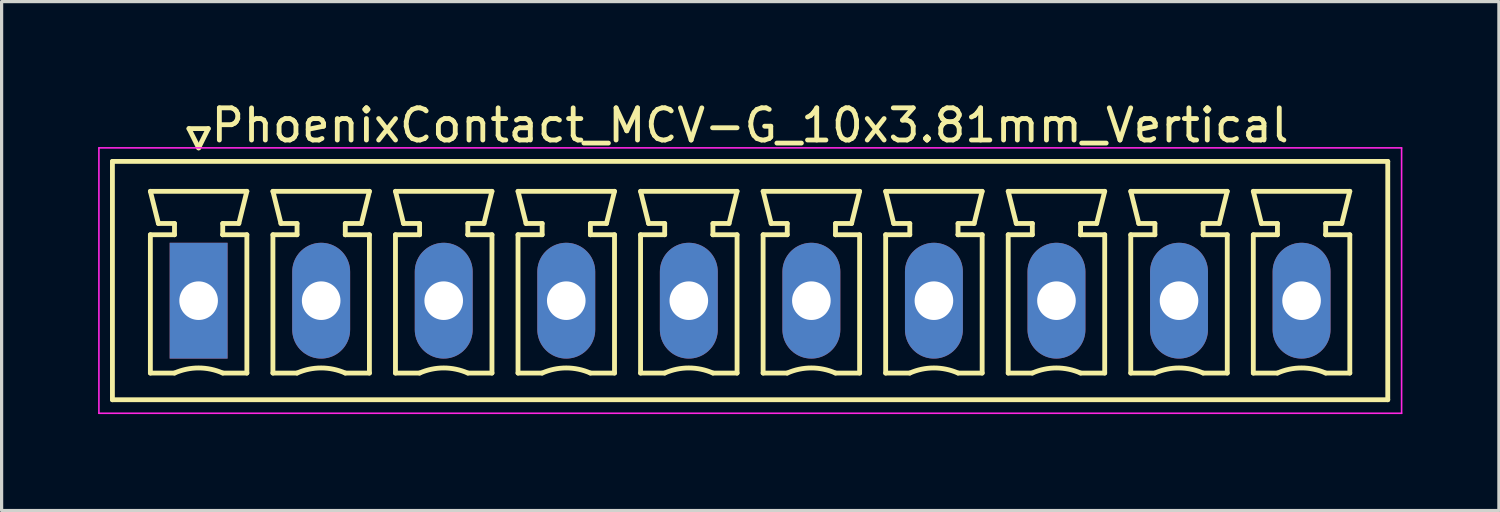
<source format=kicad_pcb>
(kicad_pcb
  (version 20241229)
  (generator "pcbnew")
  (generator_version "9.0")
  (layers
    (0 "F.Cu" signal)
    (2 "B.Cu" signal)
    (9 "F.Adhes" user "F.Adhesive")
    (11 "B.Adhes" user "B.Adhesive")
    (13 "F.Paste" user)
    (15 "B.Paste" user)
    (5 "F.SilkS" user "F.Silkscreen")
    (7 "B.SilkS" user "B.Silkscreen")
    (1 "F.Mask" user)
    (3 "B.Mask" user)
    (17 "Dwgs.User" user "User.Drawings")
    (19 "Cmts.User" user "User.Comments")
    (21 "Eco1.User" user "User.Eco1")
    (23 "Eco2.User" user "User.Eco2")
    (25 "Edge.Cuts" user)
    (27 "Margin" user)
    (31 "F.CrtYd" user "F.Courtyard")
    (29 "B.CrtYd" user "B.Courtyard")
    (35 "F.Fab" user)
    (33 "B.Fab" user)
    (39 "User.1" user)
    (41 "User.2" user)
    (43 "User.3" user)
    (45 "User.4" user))
  (footprint "PhoenixContact_MCV-G_10x3.81mm_Vertical"
    (layer "F.Cu")
    (at 3.125 6.298)
    (property "Reference" "PhoenixContact_MCV-G_10x3.81mm_Vertical" (at 17.145 -5.45 0) (layer "F.SilkS") (effects (font (size 1 1) (thickness 0.15))))
    (attr through_hole)
    (fp_line (start -2.68 -4.33) (end -2.68 3.08) (stroke (width 0.15) (type solid)) (layer "F.SilkS"))
    (fp_line (start -2.68 3.08) (end 36.97 3.08) (stroke (width 0.15) (type solid)) (layer "F.SilkS"))
    (fp_line (start -1.5 -3.4) (end 1.5 -3.4) (stroke (width 0.15) (type solid)) (layer "F.SilkS"))
    (fp_line (start -1.5 -2.05) (end -0.75 -2.05) (stroke (width 0.15) (type solid)) (layer "F.SilkS"))
    (fp_line (start -1.5 2.25) (end -1.5 -2.05) (stroke (width 0.15) (type solid)) (layer "F.SilkS"))
    (fp_line (start -1.25 -2.4) (end -1.5 -3.4) (stroke (width 0.15) (type solid)) (layer "F.SilkS"))
    (fp_line (start -0.75 -2.4) (end -1.25 -2.4) (stroke (width 0.15) (type solid)) (layer "F.SilkS"))
    (fp_line (start -0.75 -2.05) (end -0.75 -2.4) (stroke (width 0.15) (type solid)) (layer "F.SilkS"))
    (fp_line (start -0.75 2.25) (end -1.5 2.25) (stroke (width 0.15) (type solid)) (layer "F.SilkS"))
    (fp_line (start -0.3 -5.35) (end 0 -4.75) (stroke (width 0.15) (type solid)) (layer "F.SilkS"))
    (fp_line (start 0 -4.75) (end 0.3 -5.35) (stroke (width 0.15) (type solid)) (layer "F.SilkS"))
    (fp_line (start 0.3 -5.35) (end -0.3 -5.35) (stroke (width 0.15) (type solid)) (layer "F.SilkS"))
    (fp_line (start 0.75 -2.4) (end 0.75 -2.05) (stroke (width 0.15) (type solid)) (layer "F.SilkS"))
    (fp_line (start 0.75 -2.05) (end 0.75 -2.05) (stroke (width 0.15) (type solid)) (layer "F.SilkS"))
    (fp_line (start 0.75 -2.05) (end 1.5 -2.05) (stroke (width 0.15) (type solid)) (layer "F.SilkS"))
    (fp_line (start 1.25 -2.4) (end 0.75 -2.4) (stroke (width 0.15) (type solid)) (layer "F.SilkS"))
    (fp_line (start 1.5 -3.4) (end 1.25 -2.4) (stroke (width 0.15) (type solid)) (layer "F.SilkS"))
    (fp_line (start 1.5 -2.05) (end 1.5 2.25) (stroke (width 0.15) (type solid)) (layer "F.SilkS"))
    (fp_line (start 1.5 2.25) (end 0.75 2.25) (stroke (width 0.15) (type solid)) (layer "F.SilkS"))
    (fp_line (start 2.31 -3.4) (end 5.31 -3.4) (stroke (width 0.15) (type solid)) (layer "F.SilkS"))
    (fp_line (start 2.31 -2.05) (end 3.06 -2.05) (stroke (width 0.15) (type solid)) (layer "F.SilkS"))
    (fp_line (start 2.31 2.25) (end 2.31 -2.05) (stroke (width 0.15) (type solid)) (layer "F.SilkS"))
    (fp_line (start 2.56 -2.4) (end 2.31 -3.4) (stroke (width 0.15) (type solid)) (layer "F.SilkS"))
    (fp_line (start 3.06 -2.4) (end 2.56 -2.4) (stroke (width 0.15) (type solid)) (layer "F.SilkS"))
    (fp_line (start 3.06 -2.05) (end 3.06 -2.4) (stroke (width 0.15) (type solid)) (layer "F.SilkS"))
    (fp_line (start 3.06 2.25) (end 2.31 2.25) (stroke (width 0.15) (type solid)) (layer "F.SilkS"))
    (fp_line (start 4.56 -2.4) (end 4.56 -2.05) (stroke (width 0.15) (type solid)) (layer "F.SilkS"))
    (fp_line (start 4.56 -2.05) (end 4.56 -2.05) (stroke (width 0.15) (type solid)) (layer "F.SilkS"))
    (fp_line (start 4.56 -2.05) (end 5.31 -2.05) (stroke (width 0.15) (type solid)) (layer "F.SilkS"))
    (fp_line (start 5.06 -2.4) (end 4.56 -2.4) (stroke (width 0.15) (type solid)) (layer "F.SilkS"))
    (fp_line (start 5.31 -3.4) (end 5.06 -2.4) (stroke (width 0.15) (type solid)) (layer "F.SilkS"))
    (fp_line (start 5.31 -2.05) (end 5.31 2.25) (stroke (width 0.15) (type solid)) (layer "F.SilkS"))
    (fp_line (start 5.31 2.25) (end 4.56 2.25) (stroke (width 0.15) (type solid)) (layer "F.SilkS"))
    (fp_line (start 6.12 -3.4) (end 9.12 -3.4) (stroke (width 0.15) (type solid)) (layer "F.SilkS"))
    (fp_line (start 6.12 -2.05) (end 6.87 -2.05) (stroke (width 0.15) (type solid)) (layer "F.SilkS"))
    (fp_line (start 6.12 2.25) (end 6.12 -2.05) (stroke (width 0.15) (type solid)) (layer "F.SilkS"))
    (fp_line (start 6.37 -2.4) (end 6.12 -3.4) (stroke (width 0.15) (type solid)) (layer "F.SilkS"))
    (fp_line (start 6.87 -2.4) (end 6.37 -2.4) (stroke (width 0.15) (type solid)) (layer "F.SilkS"))
    (fp_line (start 6.87 -2.05) (end 6.87 -2.4) (stroke (width 0.15) (type solid)) (layer "F.SilkS"))
    (fp_line (start 6.87 2.25) (end 6.12 2.25) (stroke (width 0.15) (type solid)) (layer "F.SilkS"))
    (fp_line (start 8.37 -2.4) (end 8.37 -2.05) (stroke (width 0.15) (type solid)) (layer "F.SilkS"))
    (fp_line (start 8.37 -2.05) (end 8.37 -2.05) (stroke (width 0.15) (type solid)) (layer "F.SilkS"))
    (fp_line (start 8.37 -2.05) (end 9.12 -2.05) (stroke (width 0.15) (type solid)) (layer "F.SilkS"))
    (fp_line (start 8.87 -2.4) (end 8.37 -2.4) (stroke (width 0.15) (type solid)) (layer "F.SilkS"))
    (fp_line (start 9.12 -3.4) (end 8.87 -2.4) (stroke (width 0.15) (type solid)) (layer "F.SilkS"))
    (fp_line (start 9.12 -2.05) (end 9.12 2.25) (stroke (width 0.15) (type solid)) (layer "F.SilkS"))
    (fp_line (start 9.12 2.25) (end 8.37 2.25) (stroke (width 0.15) (type solid)) (layer "F.SilkS"))
    (fp_line (start 9.93 -3.4) (end 12.93 -3.4) (stroke (width 0.15) (type solid)) (layer "F.SilkS"))
    (fp_line (start 9.93 -2.05) (end 10.68 -2.05) (stroke (width 0.15) (type solid)) (layer "F.SilkS"))
    (fp_line (start 9.93 2.25) (end 9.93 -2.05) (stroke (width 0.15) (type solid)) (layer "F.SilkS"))
    (fp_line (start 10.18 -2.4) (end 9.93 -3.4) (stroke (width 0.15) (type solid)) (layer "F.SilkS"))
    (fp_line (start 10.68 -2.4) (end 10.18 -2.4) (stroke (width 0.15) (type solid)) (layer "F.SilkS"))
    (fp_line (start 10.68 -2.05) (end 10.68 -2.4) (stroke (width 0.15) (type solid)) (layer "F.SilkS"))
    (fp_line (start 10.68 2.25) (end 9.93 2.25) (stroke (width 0.15) (type solid)) (layer "F.SilkS"))
    (fp_line (start 12.18 -2.4) (end 12.18 -2.05) (stroke (width 0.15) (type solid)) (layer "F.SilkS"))
    (fp_line (start 12.18 -2.05) (end 12.18 -2.05) (stroke (width 0.15) (type solid)) (layer "F.SilkS"))
    (fp_line (start 12.18 -2.05) (end 12.93 -2.05) (stroke (width 0.15) (type solid)) (layer "F.SilkS"))
    (fp_line (start 12.68 -2.4) (end 12.18 -2.4) (stroke (width 0.15) (type solid)) (layer "F.SilkS"))
    (fp_line (start 12.93 -3.4) (end 12.68 -2.4) (stroke (width 0.15) (type solid)) (layer "F.SilkS"))
    (fp_line (start 12.93 -2.05) (end 12.93 2.25) (stroke (width 0.15) (type solid)) (layer "F.SilkS"))
    (fp_line (start 12.93 2.25) (end 12.18 2.25) (stroke (width 0.15) (type solid)) (layer "F.SilkS"))
    (fp_line (start 13.74 -3.4) (end 16.74 -3.4) (stroke (width 0.15) (type solid)) (layer "F.SilkS"))
    (fp_line (start 13.74 -2.05) (end 14.49 -2.05) (stroke (width 0.15) (type solid)) (layer "F.SilkS"))
    (fp_line (start 13.74 2.25) (end 13.74 -2.05) (stroke (width 0.15) (type solid)) (layer "F.SilkS"))
    (fp_line (start 13.99 -2.4) (end 13.74 -3.4) (stroke (width 0.15) (type solid)) (layer "F.SilkS"))
    (fp_line (start 14.49 -2.4) (end 13.99 -2.4) (stroke (width 0.15) (type solid)) (layer "F.SilkS"))
    (fp_line (start 14.49 -2.05) (end 14.49 -2.4) (stroke (width 0.15) (type solid)) (layer "F.SilkS"))
    (fp_line (start 14.49 2.25) (end 13.74 2.25) (stroke (width 0.15) (type solid)) (layer "F.SilkS"))
    (fp_line (start 15.99 -2.4) (end 15.99 -2.05) (stroke (width 0.15) (type solid)) (layer "F.SilkS"))
    (fp_line (start 15.99 -2.05) (end 15.99 -2.05) (stroke (width 0.15) (type solid)) (layer "F.SilkS"))
    (fp_line (start 15.99 -2.05) (end 16.74 -2.05) (stroke (width 0.15) (type solid)) (layer "F.SilkS"))
    (fp_line (start 16.49 -2.4) (end 15.99 -2.4) (stroke (width 0.15) (type solid)) (layer "F.SilkS"))
    (fp_line (start 16.74 -3.4) (end 16.49 -2.4) (stroke (width 0.15) (type solid)) (layer "F.SilkS"))
    (fp_line (start 16.74 -2.05) (end 16.74 2.25) (stroke (width 0.15) (type solid)) (layer "F.SilkS"))
    (fp_line (start 16.74 2.25) (end 15.99 2.25) (stroke (width 0.15) (type solid)) (layer "F.SilkS"))
    (fp_line (start 17.55 -3.4) (end 20.55 -3.4) (stroke (width 0.15) (type solid)) (layer "F.SilkS"))
    (fp_line (start 17.55 -2.05) (end 18.3 -2.05) (stroke (width 0.15) (type solid)) (layer "F.SilkS"))
    (fp_line (start 17.55 2.25) (end 17.55 -2.05) (stroke (width 0.15) (type solid)) (layer "F.SilkS"))
    (fp_line (start 17.8 -2.4) (end 17.55 -3.4) (stroke (width 0.15) (type solid)) (layer "F.SilkS"))
    (fp_line (start 18.3 -2.4) (end 17.8 -2.4) (stroke (width 0.15) (type solid)) (layer "F.SilkS"))
    (fp_line (start 18.3 -2.05) (end 18.3 -2.4) (stroke (width 0.15) (type solid)) (layer "F.SilkS"))
    (fp_line (start 18.3 2.25) (end 17.55 2.25) (stroke (width 0.15) (type solid)) (layer "F.SilkS"))
    (fp_line (start 19.8 -2.4) (end 19.8 -2.05) (stroke (width 0.15) (type solid)) (layer "F.SilkS"))
    (fp_line (start 19.8 -2.05) (end 19.8 -2.05) (stroke (width 0.15) (type solid)) (layer "F.SilkS"))
    (fp_line (start 19.8 -2.05) (end 20.55 -2.05) (stroke (width 0.15) (type solid)) (layer "F.SilkS"))
    (fp_line (start 20.3 -2.4) (end 19.8 -2.4) (stroke (width 0.15) (type solid)) (layer "F.SilkS"))
    (fp_line (start 20.55 -3.4) (end 20.3 -2.4) (stroke (width 0.15) (type solid)) (layer "F.SilkS"))
    (fp_line (start 20.55 -2.05) (end 20.55 2.25) (stroke (width 0.15) (type solid)) (layer "F.SilkS"))
    (fp_line (start 20.55 2.25) (end 19.8 2.25) (stroke (width 0.15) (type solid)) (layer "F.SilkS"))
    (fp_line (start 21.36 -3.4) (end 24.36 -3.4) (stroke (width 0.15) (type solid)) (layer "F.SilkS"))
    (fp_line (start 21.36 -2.05) (end 22.11 -2.05) (stroke (width 0.15) (type solid)) (layer "F.SilkS"))
    (fp_line (start 21.36 2.25) (end 21.36 -2.05) (stroke (width 0.15) (type solid)) (layer "F.SilkS"))
    (fp_line (start 21.61 -2.4) (end 21.36 -3.4) (stroke (width 0.15) (type solid)) (layer "F.SilkS"))
    (fp_line (start 22.11 -2.4) (end 21.61 -2.4) (stroke (width 0.15) (type solid)) (layer "F.SilkS"))
    (fp_line (start 22.11 -2.05) (end 22.11 -2.4) (stroke (width 0.15) (type solid)) (layer "F.SilkS"))
    (fp_line (start 22.11 2.25) (end 21.36 2.25) (stroke (width 0.15) (type solid)) (layer "F.SilkS"))
    (fp_line (start 23.61 -2.4) (end 23.61 -2.05) (stroke (width 0.15) (type solid)) (layer "F.SilkS"))
    (fp_line (start 23.61 -2.05) (end 23.61 -2.05) (stroke (width 0.15) (type solid)) (layer "F.SilkS"))
    (fp_line (start 23.61 -2.05) (end 24.36 -2.05) (stroke (width 0.15) (type solid)) (layer "F.SilkS"))
    (fp_line (start 24.11 -2.4) (end 23.61 -2.4) (stroke (width 0.15) (type solid)) (layer "F.SilkS"))
    (fp_line (start 24.36 -3.4) (end 24.11 -2.4) (stroke (width 0.15) (type solid)) (layer "F.SilkS"))
    (fp_line (start 24.36 -2.05) (end 24.36 2.25) (stroke (width 0.15) (type solid)) (layer "F.SilkS"))
    (fp_line (start 24.36 2.25) (end 23.61 2.25) (stroke (width 0.15) (type solid)) (layer "F.SilkS"))
    (fp_line (start 25.17 -3.4) (end 28.17 -3.4) (stroke (width 0.15) (type solid)) (layer "F.SilkS"))
    (fp_line (start 25.17 -2.05) (end 25.92 -2.05) (stroke (width 0.15) (type solid)) (layer "F.SilkS"))
    (fp_line (start 25.17 2.25) (end 25.17 -2.05) (stroke (width 0.15) (type solid)) (layer "F.SilkS"))
    (fp_line (start 25.42 -2.4) (end 25.17 -3.4) (stroke (width 0.15) (type solid)) (layer "F.SilkS"))
    (fp_line (start 25.92 -2.4) (end 25.42 -2.4) (stroke (width 0.15) (type solid)) (layer "F.SilkS"))
    (fp_line (start 25.92 -2.05) (end 25.92 -2.4) (stroke (width 0.15) (type solid)) (layer "F.SilkS"))
    (fp_line (start 25.92 2.25) (end 25.17 2.25) (stroke (width 0.15) (type solid)) (layer "F.SilkS"))
    (fp_line (start 27.42 -2.4) (end 27.42 -2.05) (stroke (width 0.15) (type solid)) (layer "F.SilkS"))
    (fp_line (start 27.42 -2.05) (end 27.42 -2.05) (stroke (width 0.15) (type solid)) (layer "F.SilkS"))
    (fp_line (start 27.42 -2.05) (end 28.17 -2.05) (stroke (width 0.15) (type solid)) (layer "F.SilkS"))
    (fp_line (start 27.92 -2.4) (end 27.42 -2.4) (stroke (width 0.15) (type solid)) (layer "F.SilkS"))
    (fp_line (start 28.17 -3.4) (end 27.92 -2.4) (stroke (width 0.15) (type solid)) (layer "F.SilkS"))
    (fp_line (start 28.17 -2.05) (end 28.17 2.25) (stroke (width 0.15) (type solid)) (layer "F.SilkS"))
    (fp_line (start 28.17 2.25) (end 27.42 2.25) (stroke (width 0.15) (type solid)) (layer "F.SilkS"))
    (fp_line (start 28.98 -3.4) (end 31.98 -3.4) (stroke (width 0.15) (type solid)) (layer "F.SilkS"))
    (fp_line (start 28.98 -2.05) (end 29.73 -2.05) (stroke (width 0.15) (type solid)) (layer "F.SilkS"))
    (fp_line (start 28.98 2.25) (end 28.98 -2.05) (stroke (width 0.15) (type solid)) (layer "F.SilkS"))
    (fp_line (start 29.23 -2.4) (end 28.98 -3.4) (stroke (width 0.15) (type solid)) (layer "F.SilkS"))
    (fp_line (start 29.73 -2.4) (end 29.23 -2.4) (stroke (width 0.15) (type solid)) (layer "F.SilkS"))
    (fp_line (start 29.73 -2.05) (end 29.73 -2.4) (stroke (width 0.15) (type solid)) (layer "F.SilkS"))
    (fp_line (start 29.73 2.25) (end 28.98 2.25) (stroke (width 0.15) (type solid)) (layer "F.SilkS"))
    (fp_line (start 31.23 -2.4) (end 31.23 -2.05) (stroke (width 0.15) (type solid)) (layer "F.SilkS"))
    (fp_line (start 31.23 -2.05) (end 31.23 -2.05) (stroke (width 0.15) (type solid)) (layer "F.SilkS"))
    (fp_line (start 31.23 -2.05) (end 31.98 -2.05) (stroke (width 0.15) (type solid)) (layer "F.SilkS"))
    (fp_line (start 31.73 -2.4) (end 31.23 -2.4) (stroke (width 0.15) (type solid)) (layer "F.SilkS"))
    (fp_line (start 31.98 -3.4) (end 31.73 -2.4) (stroke (width 0.15) (type solid)) (layer "F.SilkS"))
    (fp_line (start 31.98 -2.05) (end 31.98 2.25) (stroke (width 0.15) (type solid)) (layer "F.SilkS"))
    (fp_line (start 31.98 2.25) (end 31.23 2.25) (stroke (width 0.15) (type solid)) (layer "F.SilkS"))
    (fp_line (start 32.79 -3.4) (end 35.79 -3.4) (stroke (width 0.15) (type solid)) (layer "F.SilkS"))
    (fp_line (start 32.79 -2.05) (end 33.54 -2.05) (stroke (width 0.15) (type solid)) (layer "F.SilkS"))
    (fp_line (start 32.79 2.25) (end 32.79 -2.05) (stroke (width 0.15) (type solid)) (layer "F.SilkS"))
    (fp_line (start 33.04 -2.4) (end 32.79 -3.4) (stroke (width 0.15) (type solid)) (layer "F.SilkS"))
    (fp_line (start 33.54 -2.4) (end 33.04 -2.4) (stroke (width 0.15) (type solid)) (layer "F.SilkS"))
    (fp_line (start 33.54 -2.05) (end 33.54 -2.4) (stroke (width 0.15) (type solid)) (layer "F.SilkS"))
    (fp_line (start 33.54 2.25) (end 32.79 2.25) (stroke (width 0.15) (type solid)) (layer "F.SilkS"))
    (fp_line (start 35.04 -2.4) (end 35.04 -2.05) (stroke (width 0.15) (type solid)) (layer "F.SilkS"))
    (fp_line (start 35.04 -2.05) (end 35.04 -2.05) (stroke (width 0.15) (type solid)) (layer "F.SilkS"))
    (fp_line (start 35.04 -2.05) (end 35.79 -2.05) (stroke (width 0.15) (type solid)) (layer "F.SilkS"))
    (fp_line (start 35.54 -2.4) (end 35.04 -2.4) (stroke (width 0.15) (type solid)) (layer "F.SilkS"))
    (fp_line (start 35.79 -3.4) (end 35.54 -2.4) (stroke (width 0.15) (type solid)) (layer "F.SilkS"))
    (fp_line (start 35.79 -2.05) (end 35.79 2.25) (stroke (width 0.15) (type solid)) (layer "F.SilkS"))
    (fp_line (start 35.79 2.25) (end 35.04 2.25) (stroke (width 0.15) (type solid)) (layer "F.SilkS"))
    (fp_line (start 36.97 -4.33) (end -2.68 -4.33) (stroke (width 0.15) (type solid)) (layer "F.SilkS"))
    (fp_line (start 36.97 3.08) (end 36.97 -4.33) (stroke (width 0.15) (type solid)) (layer "F.SilkS"))
    (fp_arc (start -0.75 2.25) (mid -0.000193 2.09191) (end 0.749647 2.249844) (stroke (width 0.15) (type solid)) (layer "F.SilkS"))
    (fp_arc (start 3.06 2.25) (mid 3.809807 2.09191) (end 4.559647 2.249844) (stroke (width 0.15) (type solid)) (layer "F.SilkS"))
    (fp_arc (start 6.87 2.25) (mid 7.619807 2.09191) (end 8.369647 2.249844) (stroke (width 0.15) (type solid)) (layer "F.SilkS"))
    (fp_arc (start 10.68 2.25) (mid 11.429807 2.09191) (end 12.179647 2.249844) (stroke (width 0.15) (type solid)) (layer "F.SilkS"))
    (fp_arc (start 14.49 2.25) (mid 15.239807 2.09191) (end 15.989647 2.249844) (stroke (width 0.15) (type solid)) (layer "F.SilkS"))
    (fp_arc (start 18.3 2.25) (mid 19.049807 2.09191) (end 19.799647 2.249844) (stroke (width 0.15) (type solid)) (layer "F.SilkS"))
    (fp_arc (start 22.11 2.25) (mid 22.859807 2.09191) (end 23.609647 2.249844) (stroke (width 0.15) (type solid)) (layer "F.SilkS"))
    (fp_arc (start 25.92 2.25) (mid 26.669807 2.09191) (end 27.419647 2.249844) (stroke (width 0.15) (type solid)) (layer "F.SilkS"))
    (fp_arc (start 29.73 2.25) (mid 30.479807 2.09191) (end 31.229647 2.249844) (stroke (width 0.15) (type solid)) (layer "F.SilkS"))
    (fp_arc (start 33.54 2.25) (mid 34.289807 2.09191) (end 35.039647 2.249844) (stroke (width 0.15) (type solid)) (layer "F.SilkS"))
    (fp_line (start -3.1 -4.75) (end -3.1 3.5) (stroke (width 0.05) (type solid)) (layer "F.CrtYd"))
    (fp_line (start -3.1 3.5) (end 37.4 3.5) (stroke (width 0.05) (type solid)) (layer "F.CrtYd"))
    (fp_line (start 37.4 -4.75) (end -3.1 -4.75) (stroke (width 0.05) (type solid)) (layer "F.CrtYd"))
    (fp_line (start 37.4 3.5) (end 37.4 -4.75) (stroke (width 0.05) (type solid)) (layer "F.CrtYd"))
    (pad "1" thru_hole rect (at 0 0) (size 1.8 3.6) (drill 1.2) (layers "*.Cu" "*.Mask"))
    (pad "2" thru_hole oval (at 3.81 0) (size 1.8 3.6) (drill 1.2) (layers "*.Cu" "*.Mask"))
    (pad "3" thru_hole oval (at 7.62 0) (size 1.8 3.6) (drill 1.2) (layers "*.Cu" "*.Mask"))
    (pad "4" thru_hole oval (at 11.43 0) (size 1.8 3.6) (drill 1.2) (layers "*.Cu" "*.Mask"))
    (pad "5" thru_hole oval (at 15.24 0) (size 1.8 3.6) (drill 1.2) (layers "*.Cu" "*.Mask"))
    (pad "6" thru_hole oval (at 19.05 0) (size 1.8 3.6) (drill 1.2) (layers "*.Cu" "*.Mask"))
    (pad "7" thru_hole oval (at 22.86 0) (size 1.8 3.6) (drill 1.2) (layers "*.Cu" "*.Mask"))
    (pad "8" thru_hole oval (at 26.67 0) (size 1.8 3.6) (drill 1.2) (layers "*.Cu" "*.Mask"))
    (pad "9" thru_hole oval (at 30.48 0) (size 1.8 3.6) (drill 1.2) (layers "*.Cu" "*.Mask"))
    (pad "10" thru_hole oval (at 34.29 0) (size 1.8 3.6) (drill 1.2) (layers "*.Cu" "*.Mask")))
  (gr_rect
    (start -3 -3)
    (end 43.55 12.823)
    (stroke (width 0.1) (type default))
    (fill no)
    (layer "Edge.Cuts")))
</source>
